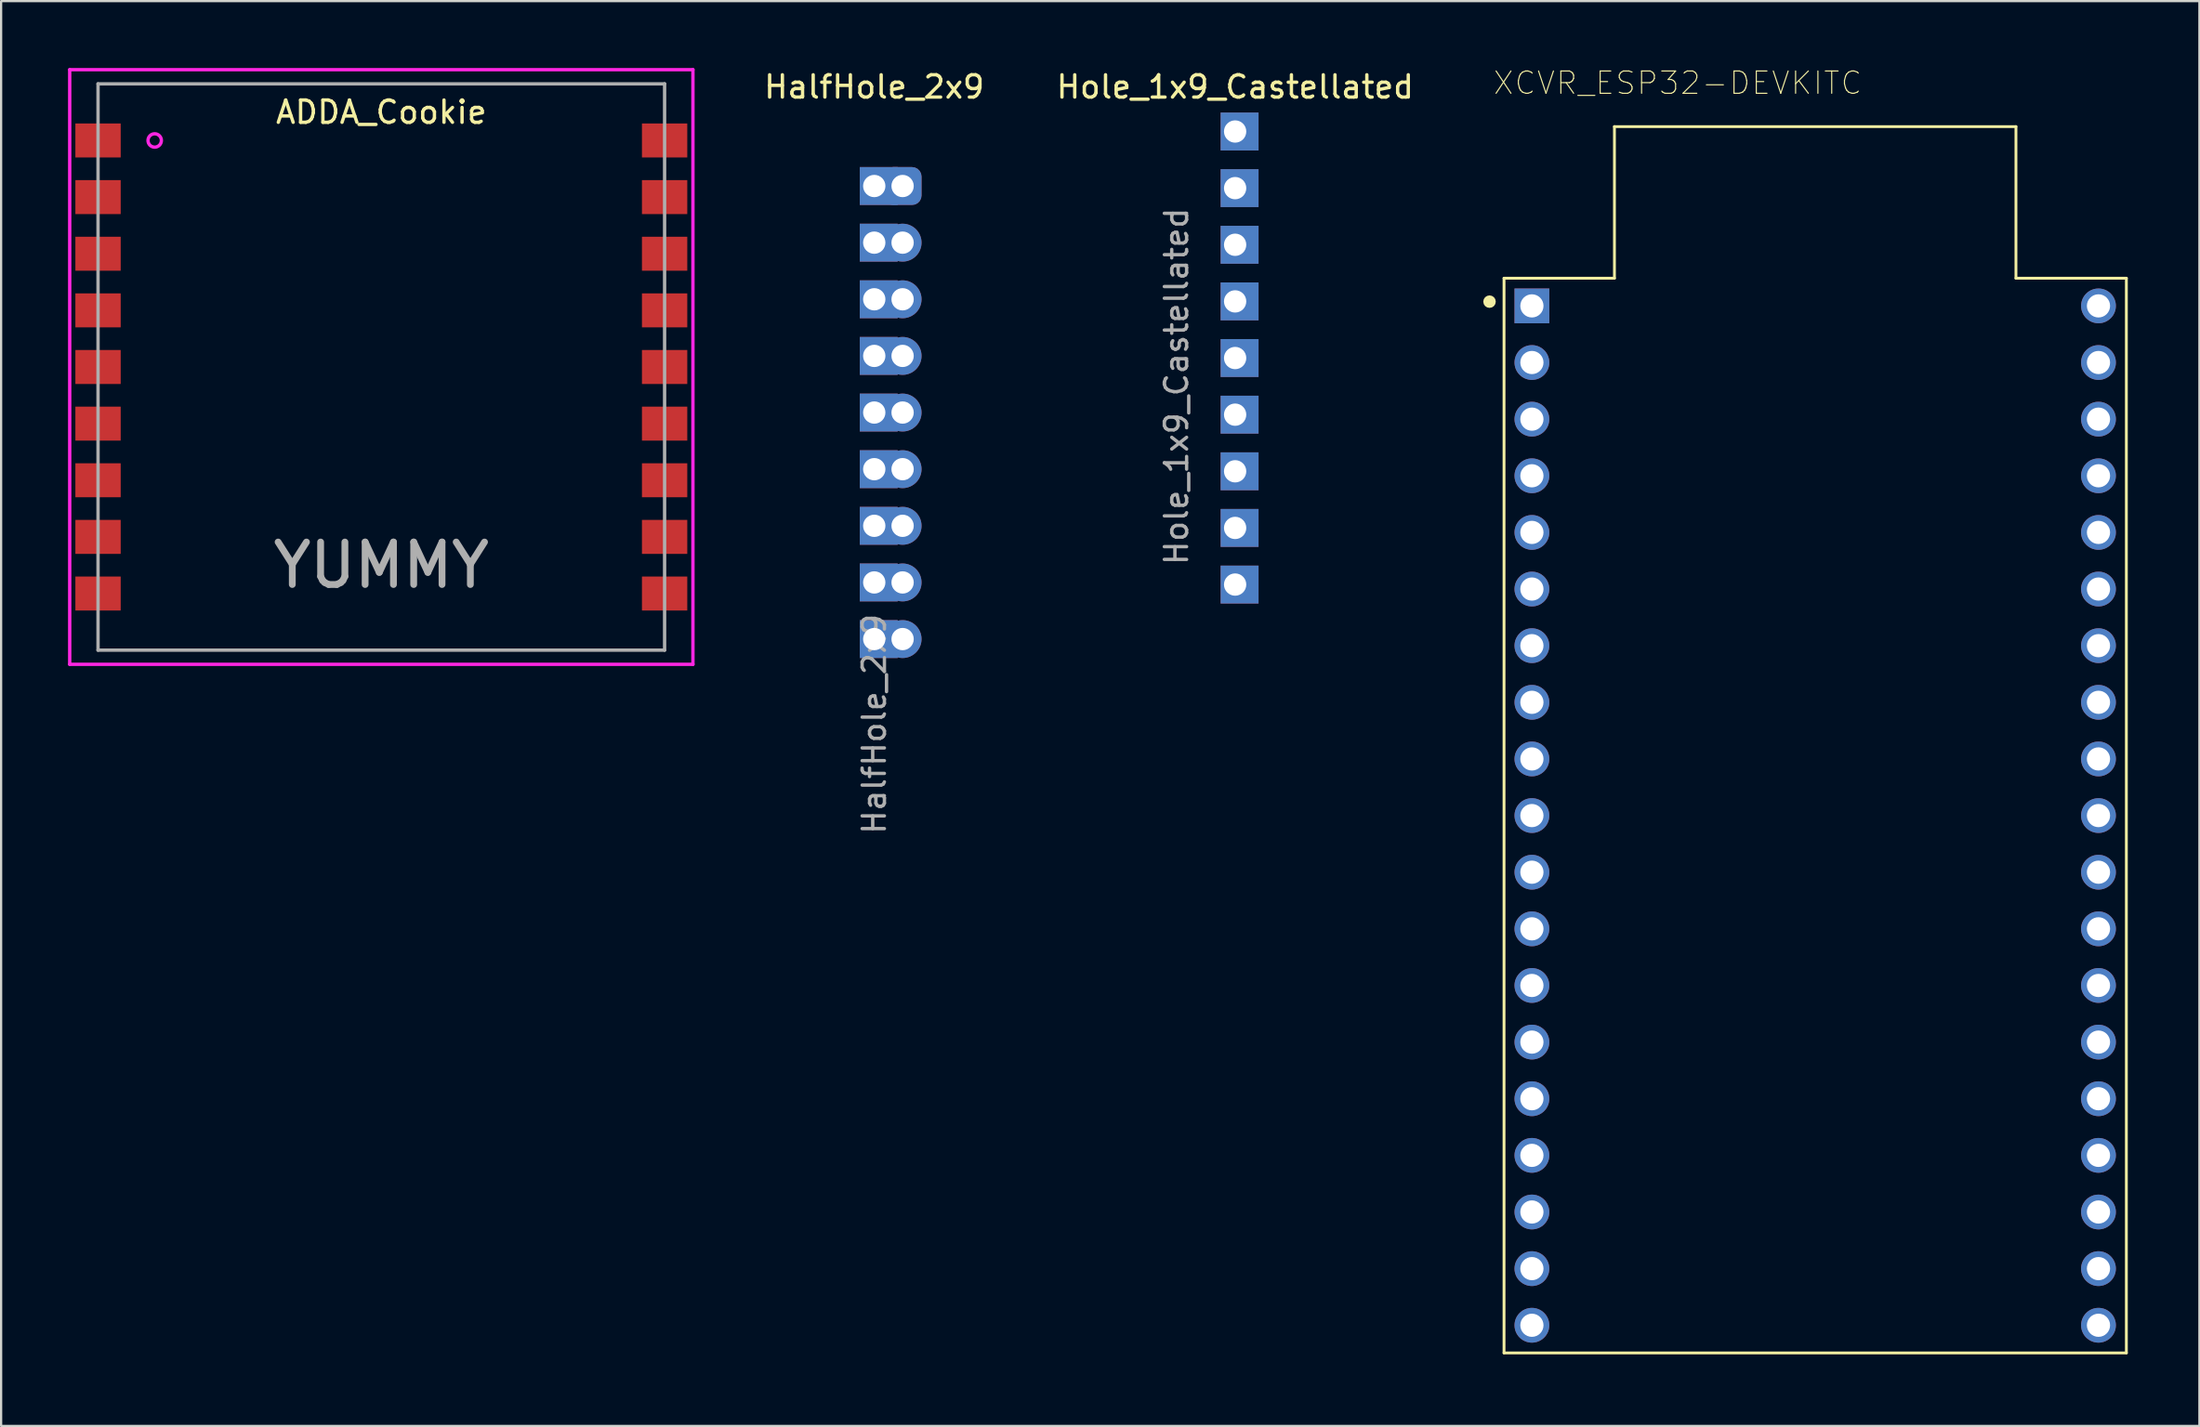
<source format=kicad_pcb>
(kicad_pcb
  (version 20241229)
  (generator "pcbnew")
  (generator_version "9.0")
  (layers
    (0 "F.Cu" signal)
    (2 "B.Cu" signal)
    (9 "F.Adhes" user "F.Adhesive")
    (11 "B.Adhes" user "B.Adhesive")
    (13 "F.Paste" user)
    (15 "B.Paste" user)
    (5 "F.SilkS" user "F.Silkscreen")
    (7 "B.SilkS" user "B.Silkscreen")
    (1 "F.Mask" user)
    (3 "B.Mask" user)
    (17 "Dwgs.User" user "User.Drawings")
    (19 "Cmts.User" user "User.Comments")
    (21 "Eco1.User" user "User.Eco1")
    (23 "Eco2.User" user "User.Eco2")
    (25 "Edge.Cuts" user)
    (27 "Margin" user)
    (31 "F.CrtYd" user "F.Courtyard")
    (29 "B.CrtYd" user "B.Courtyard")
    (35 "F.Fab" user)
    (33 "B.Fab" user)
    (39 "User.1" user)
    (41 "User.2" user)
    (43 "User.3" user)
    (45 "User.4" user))
  (footprint "ADDA_Cookie"
    (layer "F.Cu")
    (at 14.045 13.41)
    (property "Reference" "ADDA_Cookie" (at 0 -11.43 0) (layer "F.SilkS") (effects (font (size 1 1) (thickness 0.15))))
    (attr through_hole)
    (fp_line (start -13.97 -13.335) (end 13.97 -13.335) (stroke (width 0.15) (type solid)) (layer "F.CrtYd"))
    (fp_line (start -13.97 13.335) (end -13.97 -13.335) (stroke (width 0.15) (type solid)) (layer "F.CrtYd"))
    (fp_line (start 13.97 -13.335) (end 13.97 13.335) (stroke (width 0.15) (type solid)) (layer "F.CrtYd"))
    (fp_line (start 13.97 13.335) (end -13.97 13.335) (stroke (width 0.15) (type solid)) (layer "F.CrtYd"))
    (fp_circle (center -10.16 -10.16) (end -9.86 -10.16) (stroke (width 0.15) (type solid)) (fill no) (layer "F.CrtYd"))
    (fp_line (start -12.7 -12.7) (end 12.7 -12.7) (stroke (width 0.15) (type solid)) (layer "F.Fab"))
    (fp_line (start -12.7 12.7) (end -12.7 -12.7) (stroke (width 0.15) (type solid)) (layer "F.Fab"))
    (fp_line (start 12.7 -12.7) (end 12.7 12.7) (stroke (width 0.15) (type solid)) (layer "F.Fab"))
    (fp_line (start 12.7 12.7) (end -12.7 12.7) (stroke (width 0.15) (type solid)) (layer "F.Fab"))
    (fp_text user "YUMMY" (at 0 8.89 0) (layer "F.Fab") (effects (font (size 1.905 1.905) (thickness 0.305))))
    (pad "1" smd rect (at -12.7 -10.16) (size 2.032 1.524) (layers "F.Cu" "F.Mask" "F.Paste"))
    (pad "2" smd rect (at -12.7 -7.62) (size 2.032 1.524) (layers "F.Cu" "F.Mask" "F.Paste"))
    (pad "3" smd rect (at -12.7 -5.08) (size 2.032 1.524) (layers "F.Cu" "F.Mask" "F.Paste"))
    (pad "4" smd rect (at -12.7 -2.54) (size 2.032 1.524) (layers "F.Cu" "F.Mask" "F.Paste"))
    (pad "5" smd rect (at -12.7 0) (size 2.032 1.524) (layers "F.Cu" "F.Mask" "F.Paste"))
    (pad "6" smd rect (at -12.7 2.54) (size 2.032 1.524) (layers "F.Cu" "F.Mask" "F.Paste"))
    (pad "7" smd rect (at -12.7 5.08) (size 2.032 1.524) (layers "F.Cu" "F.Mask" "F.Paste"))
    (pad "8" smd rect (at -12.7 7.62) (size 2.032 1.524) (layers "F.Cu" "F.Mask" "F.Paste"))
    (pad "9" smd rect (at -12.7 10.16) (size 2.032 1.524) (layers "F.Cu" "F.Mask" "F.Paste"))
    (pad "10" smd rect (at 12.7 10.16) (size 2.032 1.524) (layers "F.Cu" "F.Mask" "F.Paste"))
    (pad "11" smd rect (at 12.7 7.62) (size 2.032 1.524) (layers "F.Cu" "F.Mask" "F.Paste"))
    (pad "12" smd rect (at 12.7 5.08) (size 2.032 1.524) (layers "F.Cu" "F.Mask" "F.Paste"))
    (pad "13" smd rect (at 12.7 2.54) (size 2.032 1.524) (layers "F.Cu" "F.Mask" "F.Paste"))
    (pad "14" smd rect (at 12.7 0) (size 2.032 1.524) (layers "F.Cu" "F.Mask" "F.Paste"))
    (pad "15" smd rect (at 12.7 -2.54) (size 2.032 1.524) (layers "F.Cu" "F.Mask" "F.Paste"))
    (pad "16" smd rect (at 12.7 -5.08) (size 2.032 1.524) (layers "F.Cu" "F.Mask" "F.Paste"))
    (pad "17" smd rect (at 12.7 -7.62) (size 2.032 1.524) (layers "F.Cu" "F.Mask" "F.Paste"))
    (pad "18" smd rect (at 12.7 -10.16) (size 2.032 1.524) (layers "F.Cu" "F.Mask" "F.Paste")))
  (footprint "Hole_1x9_Castellated"
    (layer "F.Cu")
    (at 52.322 2.848)
    (property "Reference" "Hole_1x9_Castellated" (at 0 -2 0) (layer "F.SilkS") (effects (font (size 1 1) (thickness 0.15))))
    (attr through_hole)
    (fp_text user "${REFERENCE}" (at -2.63 11.43 90) (layer "F.Fab") (effects (font (size 1 1) (thickness 0.15))))
    (pad "1" thru_hole rect (at 0 0) (size 1.7 1.7) (drill 1 (offset 0.2 0)) (layers "*.Cu" "*.Mask"))
    (pad "2" thru_hole rect (at 0 2.54) (size 1.7 1.7) (drill 1 (offset 0.2 0)) (layers "*.Cu" "*.Mask"))
    (pad "3" thru_hole rect (at 0 5.08) (size 1.7 1.7) (drill 1 (offset 0.2 0)) (layers "*.Cu" "*.Mask"))
    (pad "4" thru_hole rect (at 0 7.62) (size 1.7 1.7) (drill 1 (offset 0.2 0)) (layers "*.Cu" "*.Mask"))
    (pad "5" thru_hole rect (at 0 10.16) (size 1.7 1.7) (drill 1 (offset 0.2 0)) (layers "*.Cu" "*.Mask"))
    (pad "6" thru_hole rect (at 0 12.7) (size 1.7 1.7) (drill 1 (offset 0.2 0)) (layers "*.Cu" "*.Mask"))
    (pad "7" thru_hole rect (at 0 15.24) (size 1.7 1.7) (drill 1 (offset 0.2 0)) (layers "*.Cu" "*.Mask"))
    (pad "8" thru_hole rect (at 0 17.78) (size 1.7 1.7) (drill 1 (offset 0.2 0)) (layers "*.Cu" "*.Mask"))
    (pad "9" thru_hole rect (at 0 20.32) (size 1.7 1.7) (drill 1 (offset 0.2 0)) (layers "*.Cu" "*.Mask")))
  (footprint "HalfHole_2x9"
    (layer "F.Cu")
    (at 36.144 5.293)
    (property "Reference" "HalfHole_2x9" (at 0 -4.445 0) (layer "F.SilkS") (effects (font (size 1 1) (thickness 0.15))))
    (attr through_hole)
    (fp_text user "${REFERENCE}" (at 0 24.13 90) (layer "F.Fab") (effects (font (size 1 1) (thickness 0.15))))
    (pad "1" thru_hole rect (at 0 0) (size 1.7 1.7) (drill 1 (offset 0.2 0)) (layers "*.Cu" "*.Mask"))
    (pad "1" thru_hole roundrect (at 1.27 0) (size 1.7 1.7) (drill 1) (layers "*.Cu" "*.Mask") (roundrect_rratio 0.25))
    (pad "2" thru_hole rect (at 0 2.54) (size 1.7 1.7) (drill 1 (offset 0.2 0)) (layers "*.Cu" "*.Mask"))
    (pad "2" thru_hole oval (at 1.27 2.54) (size 1.7 1.7) (drill 1) (layers "*.Cu" "*.Mask"))
    (pad "3" thru_hole rect (at 0 5.08) (size 1.7 1.7) (drill 1 (offset 0.2 0)) (layers "*.Cu" "*.Mask"))
    (pad "3" thru_hole oval (at 1.27 5.08) (size 1.7 1.7) (drill 1) (layers "*.Cu" "*.Mask"))
    (pad "4" thru_hole rect (at 0 7.62) (size 1.7 1.7) (drill 1 (offset 0.2 0)) (layers "*.Cu" "*.Mask"))
    (pad "4" thru_hole oval (at 1.27 7.62) (size 1.7 1.7) (drill 1) (layers "*.Cu" "*.Mask"))
    (pad "5" thru_hole rect (at 0 10.16) (size 1.7 1.7) (drill 1 (offset 0.2 0)) (layers "*.Cu" "*.Mask"))
    (pad "5" thru_hole oval (at 1.27 10.16) (size 1.7 1.7) (drill 1) (layers "*.Cu" "*.Mask"))
    (pad "6" thru_hole rect (at 0 12.7) (size 1.7 1.7) (drill 1 (offset 0.2 0)) (layers "*.Cu" "*.Mask"))
    (pad "6" thru_hole oval (at 1.27 12.7) (size 1.7 1.7) (drill 1) (layers "*.Cu" "*.Mask"))
    (pad "7" thru_hole rect (at 0 15.24) (size 1.7 1.7) (drill 1 (offset 0.2 0)) (layers "*.Cu" "*.Mask"))
    (pad "7" thru_hole oval (at 1.27 15.24) (size 1.7 1.7) (drill 1) (layers "*.Cu" "*.Mask"))
    (pad "8" thru_hole rect (at 0 17.78) (size 1.7 1.7) (drill 1 (offset 0.2 0)) (layers "*.Cu" "*.Mask"))
    (pad "8" thru_hole oval (at 1.27 17.78) (size 1.7 1.7) (drill 1) (layers "*.Cu" "*.Mask"))
    (pad "9" thru_hole rect (at 0 20.32) (size 1.7 1.7) (drill 1 (offset 0.2 0)) (layers "*.Cu" "*.Mask"))
    (pad "9" thru_hole oval (at 1.27 20.32) (size 1.7 1.7) (drill 1) (layers "*.Cu" "*.Mask")))
  (footprint "XCVR_ESP32-DEVKITC"
    (layer "F.Cu")
    (at 78.327 30.129)
    (property "Reference" "XCVR_ESP32-DEVKITC" (at -6.164 -29.456 0) (layer "F.SilkS") (effects (font (size 1 1) (thickness 0.05))))
    (attr through_hole)
    (fp_line (start -13.95 -20.7) (end -9 -20.7) (stroke (width 0.127) (type solid)) (layer "F.SilkS"))
    (fp_line (start -13.95 27.5) (end -13.95 -20.7) (stroke (width 0.127) (type solid)) (layer "F.SilkS"))
    (fp_line (start -9 -27.5) (end -9 -20.7) (stroke (width 0.127) (type solid)) (layer "F.SilkS"))
    (fp_line (start -9 -27.5) (end 9 -27.5) (stroke (width 0.127) (type solid)) (layer "F.SilkS"))
    (fp_line (start 9 -27.5) (end 9 -20.7) (stroke (width 0.127) (type solid)) (layer "F.SilkS"))
    (fp_line (start 13.95 -20.7) (end 9 -20.7) (stroke (width 0.127) (type solid)) (layer "F.SilkS"))
    (fp_line (start 13.95 -20.7) (end 13.95 27.5) (stroke (width 0.127) (type solid)) (layer "F.SilkS"))
    (fp_line (start 13.95 27.5) (end -13.95 27.5) (stroke (width 0.127) (type solid)) (layer "F.SilkS"))
    (fp_circle (center -14.6 -19.65) (end -14.46 -19.65) (stroke (width 0.28) (type solid)) (fill no) (layer "F.SilkS"))
    (fp_line (start -14.2 -20.95) (end -9.25 -20.95) (stroke (width 0.05) (type solid)) (layer "Eco1.User"))
    (fp_line (start -14.2 27.75) (end -14.2 -20.95) (stroke (width 0.05) (type solid)) (layer "Eco1.User"))
    (fp_line (start -9.25 -27.75) (end 9.25 -27.75) (stroke (width 0.05) (type solid)) (layer "Eco1.User"))
    (fp_line (start -9.25 -20.95) (end -9.25 -27.75) (stroke (width 0.05) (type solid)) (layer "Eco1.User"))
    (fp_line (start 9.25 -27.75) (end 9.25 -20.95) (stroke (width 0.05) (type solid)) (layer "Eco1.User"))
    (fp_line (start 9.25 -20.95) (end 14.2 -20.95) (stroke (width 0.05) (type solid)) (layer "Eco1.User"))
    (fp_line (start 14.2 -20.95) (end 14.2 27.75) (stroke (width 0.05) (type solid)) (layer "Eco1.User"))
    (fp_line (start 14.2 27.75) (end -14.2 27.75) (stroke (width 0.05) (type solid)) (layer "Eco1.User"))
    (fp_poly (pts (xy -8.93 -27.43) (xy 8.93 -27.43) (xy 8.93 -20.76) (xy -8.93 -20.76)) (stroke (width 0.1) (type solid)) (fill no) (layer "Eco1.User"))
    (fp_line (start -13.95 -20.7) (end -9 -20.7) (stroke (width 0.127) (type solid)) (layer "Eco2.User"))
    (fp_line (start -13.95 27.5) (end -13.95 -20.7) (stroke (width 0.127) (type solid)) (layer "Eco2.User"))
    (fp_line (start -9 -27.5) (end -9 -20.7) (stroke (width 0.127) (type solid)) (layer "Eco2.User"))
    (fp_line (start -9 -27.5) (end 9 -27.5) (stroke (width 0.127) (type solid)) (layer "Eco2.User"))
    (fp_line (start 9 -27.5) (end 9 -20.7) (stroke (width 0.127) (type solid)) (layer "Eco2.User"))
    (fp_line (start 13.95 -20.7) (end 9 -20.7) (stroke (width 0.127) (type solid)) (layer "Eco2.User"))
    (fp_line (start 13.95 -20.7) (end 13.95 27.5) (stroke (width 0.127) (type solid)) (layer "Eco2.User"))
    (fp_line (start 13.95 27.5) (end -13.95 27.5) (stroke (width 0.127) (type solid)) (layer "Eco2.User"))
    (fp_circle (center -14.6 -19.65) (end -14.46 -19.65) (stroke (width 0.28) (type solid)) (fill no) (layer "Eco2.User"))
    (pad "1" thru_hole rect (at -12.7 -19.46) (size 1.56 1.56) (drill 1.04) (layers "*.Cu" "*.Mask"))
    (pad "2" thru_hole circle (at -12.7 -16.92) (size 1.56 1.56) (drill 1.04) (layers "*.Cu" "*.Mask"))
    (pad "3" thru_hole circle (at -12.7 -14.38) (size 1.56 1.56) (drill 1.04) (layers "*.Cu" "*.Mask"))
    (pad "4" thru_hole circle (at -12.7 -11.84) (size 1.56 1.56) (drill 1.04) (layers "*.Cu" "*.Mask"))
    (pad "5" thru_hole circle (at -12.7 -9.3) (size 1.56 1.56) (drill 1.04) (layers "*.Cu" "*.Mask"))
    (pad "6" thru_hole circle (at -12.7 -6.76) (size 1.56 1.56) (drill 1.04) (layers "*.Cu" "*.Mask"))
    (pad "7" thru_hole circle (at -12.7 -4.22) (size 1.56 1.56) (drill 1.04) (layers "*.Cu" "*.Mask"))
    (pad "8" thru_hole circle (at -12.7 -1.68) (size 1.56 1.56) (drill 1.04) (layers "*.Cu" "*.Mask"))
    (pad "9" thru_hole circle (at -12.7 0.86) (size 1.56 1.56) (drill 1.04) (layers "*.Cu" "*.Mask"))
    (pad "10" thru_hole circle (at -12.7 3.4) (size 1.56 1.56) (drill 1.04) (layers "*.Cu" "*.Mask"))
    (pad "11" thru_hole circle (at -12.7 5.94) (size 1.56 1.56) (drill 1.04) (layers "*.Cu" "*.Mask"))
    (pad "12" thru_hole circle (at -12.7 8.48) (size 1.56 1.56) (drill 1.04) (layers "*.Cu" "*.Mask"))
    (pad "13" thru_hole circle (at -12.7 11.02) (size 1.56 1.56) (drill 1.04) (layers "*.Cu" "*.Mask"))
    (pad "14" thru_hole circle (at -12.7 13.56) (size 1.56 1.56) (drill 1.04) (layers "*.Cu" "*.Mask"))
    (pad "15" thru_hole circle (at -12.7 16.1) (size 1.56 1.56) (drill 1.04) (layers "*.Cu" "*.Mask"))
    (pad "16" thru_hole circle (at -12.7 18.64) (size 1.56 1.56) (drill 1.04) (layers "*.Cu" "*.Mask"))
    (pad "17" thru_hole circle (at -12.7 21.18) (size 1.56 1.56) (drill 1.04) (layers "*.Cu" "*.Mask"))
    (pad "18" thru_hole circle (at -12.7 23.72) (size 1.56 1.56) (drill 1.04) (layers "*.Cu" "*.Mask"))
    (pad "19" thru_hole circle (at -12.7 26.26) (size 1.56 1.56) (drill 1.04) (layers "*.Cu" "*.Mask"))
    (pad "20" thru_hole circle (at 12.7 26.26 180) (size 1.56 1.56) (drill 1.04) (layers "*.Cu" "*.Mask"))
    (pad "21" thru_hole circle (at 12.7 23.72 180) (size 1.56 1.56) (drill 1.04) (layers "*.Cu" "*.Mask"))
    (pad "22" thru_hole circle (at 12.7 21.18 180) (size 1.56 1.56) (drill 1.04) (layers "*.Cu" "*.Mask"))
    (pad "23" thru_hole circle (at 12.7 18.64 180) (size 1.56 1.56) (drill 1.04) (layers "*.Cu" "*.Mask"))
    (pad "24" thru_hole circle (at 12.7 16.1 180) (size 1.56 1.56) (drill 1.04) (layers "*.Cu" "*.Mask"))
    (pad "25" thru_hole circle (at 12.7 13.56 180) (size 1.56 1.56) (drill 1.04) (layers "*.Cu" "*.Mask"))
    (pad "26" thru_hole circle (at 12.7 11.02 180) (size 1.56 1.56) (drill 1.04) (layers "*.Cu" "*.Mask"))
    (pad "27" thru_hole circle (at 12.7 8.48 180) (size 1.56 1.56) (drill 1.04) (layers "*.Cu" "*.Mask"))
    (pad "28" thru_hole circle (at 12.7 5.94 180) (size 1.56 1.56) (drill 1.04) (layers "*.Cu" "*.Mask"))
    (pad "29" thru_hole circle (at 12.7 3.4 180) (size 1.56 1.56) (drill 1.04) (layers "*.Cu" "*.Mask"))
    (pad "30" thru_hole circle (at 12.7 0.86 180) (size 1.56 1.56) (drill 1.04) (layers "*.Cu" "*.Mask"))
    (pad "31" thru_hole circle (at 12.7 -1.68 180) (size 1.56 1.56) (drill 1.04) (layers "*.Cu" "*.Mask"))
    (pad "32" thru_hole circle (at 12.7 -4.22 180) (size 1.56 1.56) (drill 1.04) (layers "*.Cu" "*.Mask"))
    (pad "33" thru_hole circle (at 12.7 -6.76 180) (size 1.56 1.56) (drill 1.04) (layers "*.Cu" "*.Mask"))
    (pad "34" thru_hole circle (at 12.7 -9.3 180) (size 1.56 1.56) (drill 1.04) (layers "*.Cu" "*.Mask"))
    (pad "35" thru_hole circle (at 12.7 -11.84 180) (size 1.56 1.56) (drill 1.04) (layers "*.Cu" "*.Mask"))
    (pad "36" thru_hole circle (at 12.7 -14.38 180) (size 1.56 1.56) (drill 1.04) (layers "*.Cu" "*.Mask"))
    (pad "37" thru_hole circle (at 12.7 -16.92 180) (size 1.56 1.56) (drill 1.04) (layers "*.Cu" "*.Mask"))
    (pad "38" thru_hole circle (at 12.7 -19.46 180) (size 1.56 1.56) (drill 1.04) (layers "*.Cu" "*.Mask")))
  (gr_rect
    (start -3 -3)
    (end 95.552 60.904)
    (stroke (width 0.1) (type default))
    (fill no)
    (layer "Edge.Cuts")))
</source>
